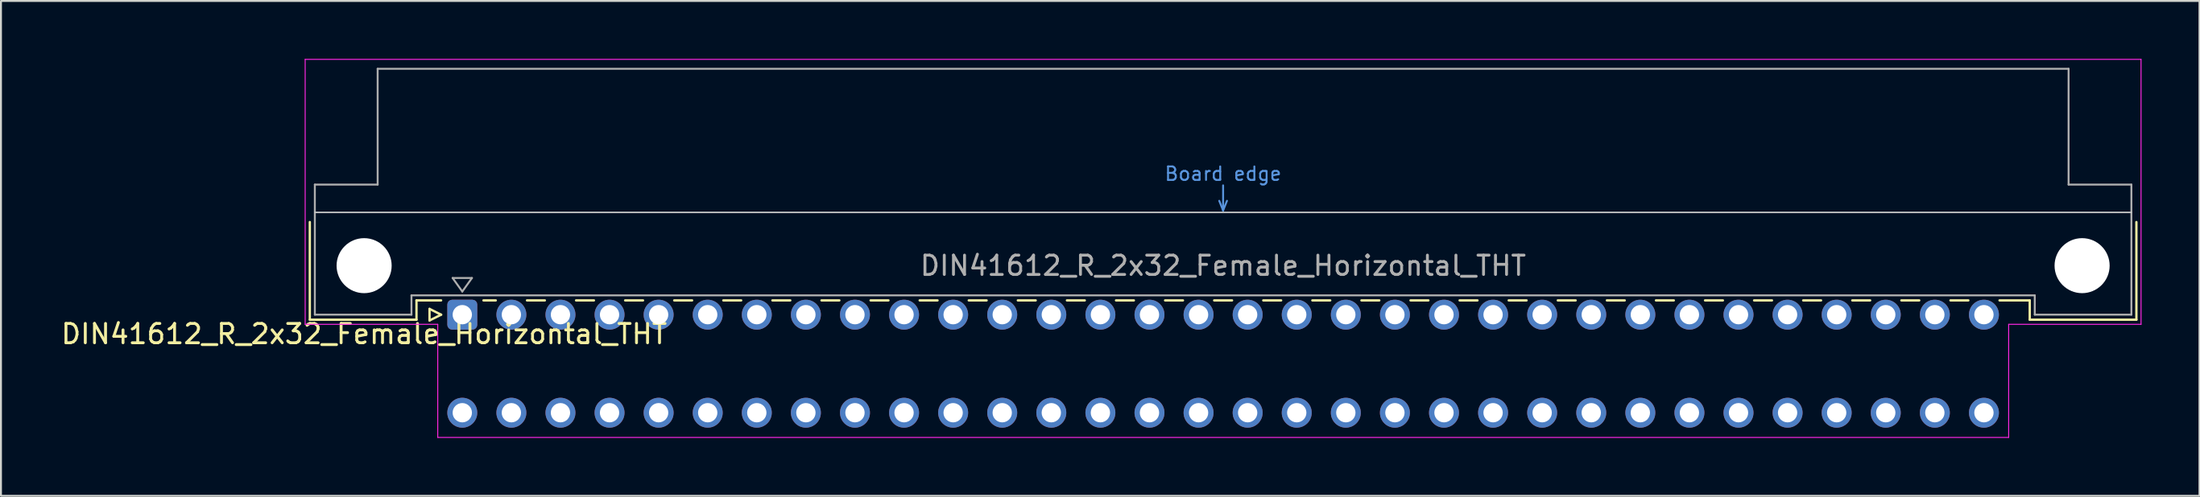
<source format=kicad_pcb>
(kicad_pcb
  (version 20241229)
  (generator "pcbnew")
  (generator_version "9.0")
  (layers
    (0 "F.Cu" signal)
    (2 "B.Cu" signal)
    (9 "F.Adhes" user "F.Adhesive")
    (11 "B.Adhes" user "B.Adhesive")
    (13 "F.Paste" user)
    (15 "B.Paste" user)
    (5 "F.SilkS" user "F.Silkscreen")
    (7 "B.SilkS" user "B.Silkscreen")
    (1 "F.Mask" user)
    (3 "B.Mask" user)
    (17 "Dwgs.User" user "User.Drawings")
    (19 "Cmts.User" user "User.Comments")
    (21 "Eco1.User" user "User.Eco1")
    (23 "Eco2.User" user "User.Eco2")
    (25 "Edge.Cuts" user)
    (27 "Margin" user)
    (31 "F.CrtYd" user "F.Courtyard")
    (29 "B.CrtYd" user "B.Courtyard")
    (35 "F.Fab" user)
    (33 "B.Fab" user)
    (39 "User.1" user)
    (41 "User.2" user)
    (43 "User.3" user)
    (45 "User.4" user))
  (footprint "DIN41612_R_2x32_Female_Horizontal_THT"
    (layer "F.Cu")
    (at 20.872 13.255)
    (property "Reference" "DIN41612_R_2x32_Female_Horizontal_THT" (at -5.08 1 0) (layer "F.SilkS") (effects (font (size 1 1) (thickness 0.15))))
    (attr through_hole)
    (fp_line (start -7.89 -4.8) (end -7.89 0.26) (stroke (width 0.12) (type solid)) (layer "F.SilkS"))
    (fp_line (start -7.89 0.26) (end -2.37 0.26) (stroke (width 0.12) (type solid)) (layer "F.SilkS"))
    (fp_line (start -2.37 -0.74) (end -1.095 -0.74) (stroke (width 0.12) (type solid)) (layer "F.SilkS"))
    (fp_line (start -2.37 0.26) (end -2.37 -0.74) (stroke (width 0.12) (type solid)) (layer "F.SilkS"))
    (fp_line (start -1.695 -0.3) (end -1.695 0.3) (stroke (width 0.12) (type solid)) (layer "F.SilkS"))
    (fp_line (start -1.695 0.3) (end -1.095 0) (stroke (width 0.12) (type solid)) (layer "F.SilkS"))
    (fp_line (start -1.095 0) (end -1.695 -0.3) (stroke (width 0.12) (type solid)) (layer "F.SilkS"))
    (fp_line (start 1.095 -0.74) (end 1.733 -0.74) (stroke (width 0.12) (type solid)) (layer "F.SilkS"))
    (fp_line (start 3.347 -0.74) (end 4.273 -0.74) (stroke (width 0.12) (type solid)) (layer "F.SilkS"))
    (fp_line (start 5.887 -0.74) (end 6.813 -0.74) (stroke (width 0.12) (type solid)) (layer "F.SilkS"))
    (fp_line (start 8.427 -0.74) (end 9.353 -0.74) (stroke (width 0.12) (type solid)) (layer "F.SilkS"))
    (fp_line (start 10.967 -0.74) (end 11.893 -0.74) (stroke (width 0.12) (type solid)) (layer "F.SilkS"))
    (fp_line (start 13.507 -0.74) (end 14.433 -0.74) (stroke (width 0.12) (type solid)) (layer "F.SilkS"))
    (fp_line (start 16.047 -0.74) (end 16.973 -0.74) (stroke (width 0.12) (type solid)) (layer "F.SilkS"))
    (fp_line (start 18.587 -0.74) (end 19.513 -0.74) (stroke (width 0.12) (type solid)) (layer "F.SilkS"))
    (fp_line (start 21.127 -0.74) (end 22.053 -0.74) (stroke (width 0.12) (type solid)) (layer "F.SilkS"))
    (fp_line (start 23.667 -0.74) (end 24.593 -0.74) (stroke (width 0.12) (type solid)) (layer "F.SilkS"))
    (fp_line (start 26.207 -0.74) (end 27.133 -0.74) (stroke (width 0.12) (type solid)) (layer "F.SilkS"))
    (fp_line (start 28.747 -0.74) (end 29.673 -0.74) (stroke (width 0.12) (type solid)) (layer "F.SilkS"))
    (fp_line (start 31.287 -0.74) (end 32.213 -0.74) (stroke (width 0.12) (type solid)) (layer "F.SilkS"))
    (fp_line (start 33.827 -0.74) (end 34.753 -0.74) (stroke (width 0.12) (type solid)) (layer "F.SilkS"))
    (fp_line (start 36.367 -0.74) (end 37.293 -0.74) (stroke (width 0.12) (type solid)) (layer "F.SilkS"))
    (fp_line (start 38.907 -0.74) (end 39.833 -0.74) (stroke (width 0.12) (type solid)) (layer "F.SilkS"))
    (fp_line (start 41.447 -0.74) (end 42.373 -0.74) (stroke (width 0.12) (type solid)) (layer "F.SilkS"))
    (fp_line (start 43.987 -0.74) (end 44.913 -0.74) (stroke (width 0.12) (type solid)) (layer "F.SilkS"))
    (fp_line (start 46.527 -0.74) (end 47.453 -0.74) (stroke (width 0.12) (type solid)) (layer "F.SilkS"))
    (fp_line (start 49.067 -0.74) (end 49.993 -0.74) (stroke (width 0.12) (type solid)) (layer "F.SilkS"))
    (fp_line (start 51.607 -0.74) (end 52.533 -0.74) (stroke (width 0.12) (type solid)) (layer "F.SilkS"))
    (fp_line (start 54.147 -0.74) (end 55.073 -0.74) (stroke (width 0.12) (type solid)) (layer "F.SilkS"))
    (fp_line (start 56.687 -0.74) (end 57.613 -0.74) (stroke (width 0.12) (type solid)) (layer "F.SilkS"))
    (fp_line (start 59.227 -0.74) (end 60.153 -0.74) (stroke (width 0.12) (type solid)) (layer "F.SilkS"))
    (fp_line (start 61.767 -0.74) (end 62.693 -0.74) (stroke (width 0.12) (type solid)) (layer "F.SilkS"))
    (fp_line (start 64.307 -0.74) (end 65.233 -0.74) (stroke (width 0.12) (type solid)) (layer "F.SilkS"))
    (fp_line (start 66.847 -0.74) (end 67.773 -0.74) (stroke (width 0.12) (type solid)) (layer "F.SilkS"))
    (fp_line (start 69.387 -0.74) (end 70.313 -0.74) (stroke (width 0.12) (type solid)) (layer "F.SilkS"))
    (fp_line (start 71.927 -0.74) (end 72.853 -0.74) (stroke (width 0.12) (type solid)) (layer "F.SilkS"))
    (fp_line (start 74.467 -0.74) (end 75.393 -0.74) (stroke (width 0.12) (type solid)) (layer "F.SilkS"))
    (fp_line (start 77.007 -0.74) (end 77.933 -0.74) (stroke (width 0.12) (type solid)) (layer "F.SilkS"))
    (fp_line (start 79.547 -0.74) (end 81.11 -0.74) (stroke (width 0.12) (type solid)) (layer "F.SilkS"))
    (fp_line (start 81.11 0.26) (end 81.11 -0.74) (stroke (width 0.12) (type solid)) (layer "F.SilkS"))
    (fp_line (start 86.63 -4.8) (end 86.63 0.26) (stroke (width 0.12) (type solid)) (layer "F.SilkS"))
    (fp_line (start 86.63 0.26) (end 81.11 0.26) (stroke (width 0.12) (type solid)) (layer "F.SilkS"))
    (fp_line (start -7.63 -5.3) (end 86.37 -5.3) (stroke (width 0.08) (type solid)) (layer "Dwgs.User"))
    (fp_line (start 39.17 -5.9) (end 39.37 -5.4) (stroke (width 0.1) (type solid)) (layer "Cmts.User"))
    (fp_line (start 39.37 -5.4) (end 39.37 -6.7) (stroke (width 0.1) (type solid)) (layer "Cmts.User"))
    (fp_line (start 39.37 -5.4) (end 39.57 -5.9) (stroke (width 0.1) (type solid)) (layer "Cmts.User"))
    (fp_line (start -8.13 -13.23) (end -8.13 0.5) (stroke (width 0.05) (type solid)) (layer "F.CrtYd"))
    (fp_line (start -8.13 0.5) (end -1.27 0.5) (stroke (width 0.05) (type solid)) (layer "F.CrtYd"))
    (fp_line (start -1.27 0.5) (end -1.27 6.36) (stroke (width 0.05) (type solid)) (layer "F.CrtYd"))
    (fp_line (start -1.27 6.36) (end 80.02 6.36) (stroke (width 0.05) (type solid)) (layer "F.CrtYd"))
    (fp_line (start 80.02 0.5) (end 86.87 0.5) (stroke (width 0.05) (type solid)) (layer "F.CrtYd"))
    (fp_line (start 80.02 6.36) (end 80.02 0.5) (stroke (width 0.05) (type solid)) (layer "F.CrtYd"))
    (fp_line (start 86.87 -13.23) (end -8.13 -13.23) (stroke (width 0.05) (type solid)) (layer "F.CrtYd"))
    (fp_line (start 86.87 0.5) (end 86.87 -13.23) (stroke (width 0.05) (type solid)) (layer "F.CrtYd"))
    (fp_line (start -7.63 -6.74) (end -7.63 0) (stroke (width 0.1) (type solid)) (layer "F.Fab"))
    (fp_line (start -7.63 0) (end -2.63 0) (stroke (width 0.1) (type solid)) (layer "F.Fab"))
    (fp_line (start -4.38 -12.74) (end -4.38 -6.74) (stroke (width 0.1) (type solid)) (layer "F.Fab"))
    (fp_line (start -4.38 -6.74) (end -7.63 -6.74) (stroke (width 0.1) (type solid)) (layer "F.Fab"))
    (fp_line (start -2.63 -1) (end 81.37 -1) (stroke (width 0.1) (type solid)) (layer "F.Fab"))
    (fp_line (start -2.63 0) (end -2.63 -1) (stroke (width 0.1) (type solid)) (layer "F.Fab"))
    (fp_line (start -0.5 -1.9) (end 0.5 -1.9) (stroke (width 0.1) (type solid)) (layer "F.Fab"))
    (fp_line (start 0 -1.2) (end -0.5 -1.9) (stroke (width 0.1) (type solid)) (layer "F.Fab"))
    (fp_line (start 0.5 -1.9) (end 0 -1.2) (stroke (width 0.1) (type solid)) (layer "F.Fab"))
    (fp_line (start 81.37 -1) (end 81.37 0) (stroke (width 0.1) (type solid)) (layer "F.Fab"))
    (fp_line (start 81.37 0) (end 86.37 0) (stroke (width 0.1) (type solid)) (layer "F.Fab"))
    (fp_line (start 83.12 -12.74) (end -4.38 -12.74) (stroke (width 0.1) (type solid)) (layer "F.Fab"))
    (fp_line (start 83.12 -6.74) (end 83.12 -12.74) (stroke (width 0.1) (type solid)) (layer "F.Fab"))
    (fp_line (start 86.37 -6.74) (end 83.12 -6.74) (stroke (width 0.1) (type solid)) (layer "F.Fab"))
    (fp_line (start 86.37 0) (end 86.37 -6.74) (stroke (width 0.1) (type solid)) (layer "F.Fab"))
    (fp_text user "Board edge" (at 39.37 -7.3 0) (layer "Cmts.User") (effects (font (size 0.7 0.7) (thickness 0.1))))
    (fp_text user "${REFERENCE}" (at 39.37 -2.54 0) (layer "F.Fab") (effects (font (size 1 1) (thickness 0.15))))
    (pad "" np_thru_hole circle (at -5.08 -2.54) (size 2.85 2.85) (drill 2.85) (layers "*.Cu" "*.Mask"))
    (pad "" np_thru_hole circle (at 83.82 -2.54) (size 2.85 2.85) (drill 2.85) (layers "*.Cu" "*.Mask"))
    (pad "a1" thru_hole roundrect (at 0 0) (size 1.55 1.55) (drill 1) (layers "*.Cu" "*.Mask") (roundrect_rratio 0.161))
    (pad "a2" thru_hole circle (at 2.54 0) (size 1.55 1.55) (drill 1) (layers "*.Cu" "*.Mask"))
    (pad "a3" thru_hole circle (at 5.08 0) (size 1.55 1.55) (drill 1) (layers "*.Cu" "*.Mask"))
    (pad "a4" thru_hole circle (at 7.62 0) (size 1.55 1.55) (drill 1) (layers "*.Cu" "*.Mask"))
    (pad "a5" thru_hole circle (at 10.16 0) (size 1.55 1.55) (drill 1) (layers "*.Cu" "*.Mask"))
    (pad "a6" thru_hole circle (at 12.7 0) (size 1.55 1.55) (drill 1) (layers "*.Cu" "*.Mask"))
    (pad "a7" thru_hole circle (at 15.24 0) (size 1.55 1.55) (drill 1) (layers "*.Cu" "*.Mask"))
    (pad "a8" thru_hole circle (at 17.78 0) (size 1.55 1.55) (drill 1) (layers "*.Cu" "*.Mask"))
    (pad "a9" thru_hole circle (at 20.32 0) (size 1.55 1.55) (drill 1) (layers "*.Cu" "*.Mask"))
    (pad "a10" thru_hole circle (at 22.86 0) (size 1.55 1.55) (drill 1) (layers "*.Cu" "*.Mask"))
    (pad "a11" thru_hole circle (at 25.4 0) (size 1.55 1.55) (drill 1) (layers "*.Cu" "*.Mask"))
    (pad "a12" thru_hole circle (at 27.94 0) (size 1.55 1.55) (drill 1) (layers "*.Cu" "*.Mask"))
    (pad "a13" thru_hole circle (at 30.48 0) (size 1.55 1.55) (drill 1) (layers "*.Cu" "*.Mask"))
    (pad "a14" thru_hole circle (at 33.02 0) (size 1.55 1.55) (drill 1) (layers "*.Cu" "*.Mask"))
    (pad "a15" thru_hole circle (at 35.56 0) (size 1.55 1.55) (drill 1) (layers "*.Cu" "*.Mask"))
    (pad "a16" thru_hole circle (at 38.1 0) (size 1.55 1.55) (drill 1) (layers "*.Cu" "*.Mask"))
    (pad "a17" thru_hole circle (at 40.64 0) (size 1.55 1.55) (drill 1) (layers "*.Cu" "*.Mask"))
    (pad "a18" thru_hole circle (at 43.18 0) (size 1.55 1.55) (drill 1) (layers "*.Cu" "*.Mask"))
    (pad "a19" thru_hole circle (at 45.72 0) (size 1.55 1.55) (drill 1) (layers "*.Cu" "*.Mask"))
    (pad "a20" thru_hole circle (at 48.26 0) (size 1.55 1.55) (drill 1) (layers "*.Cu" "*.Mask"))
    (pad "a21" thru_hole circle (at 50.8 0) (size 1.55 1.55) (drill 1) (layers "*.Cu" "*.Mask"))
    (pad "a22" thru_hole circle (at 53.34 0) (size 1.55 1.55) (drill 1) (layers "*.Cu" "*.Mask"))
    (pad "a23" thru_hole circle (at 55.88 0) (size 1.55 1.55) (drill 1) (layers "*.Cu" "*.Mask"))
    (pad "a24" thru_hole circle (at 58.42 0) (size 1.55 1.55) (drill 1) (layers "*.Cu" "*.Mask"))
    (pad "a25" thru_hole circle (at 60.96 0) (size 1.55 1.55) (drill 1) (layers "*.Cu" "*.Mask"))
    (pad "a26" thru_hole circle (at 63.5 0) (size 1.55 1.55) (drill 1) (layers "*.Cu" "*.Mask"))
    (pad "a27" thru_hole circle (at 66.04 0) (size 1.55 1.55) (drill 1) (layers "*.Cu" "*.Mask"))
    (pad "a28" thru_hole circle (at 68.58 0) (size 1.55 1.55) (drill 1) (layers "*.Cu" "*.Mask"))
    (pad "a29" thru_hole circle (at 71.12 0) (size 1.55 1.55) (drill 1) (layers "*.Cu" "*.Mask"))
    (pad "a30" thru_hole circle (at 73.66 0) (size 1.55 1.55) (drill 1) (layers "*.Cu" "*.Mask"))
    (pad "a31" thru_hole circle (at 76.2 0) (size 1.55 1.55) (drill 1) (layers "*.Cu" "*.Mask"))
    (pad "a32" thru_hole circle (at 78.74 0) (size 1.55 1.55) (drill 1) (layers "*.Cu" "*.Mask"))
    (pad "c1" thru_hole circle (at 0 5.08) (size 1.55 1.55) (drill 1) (layers "*.Cu" "*.Mask"))
    (pad "c2" thru_hole circle (at 2.54 5.08) (size 1.55 1.55) (drill 1) (layers "*.Cu" "*.Mask"))
    (pad "c3" thru_hole circle (at 5.08 5.08) (size 1.55 1.55) (drill 1) (layers "*.Cu" "*.Mask"))
    (pad "c4" thru_hole circle (at 7.62 5.08) (size 1.55 1.55) (drill 1) (layers "*.Cu" "*.Mask"))
    (pad "c5" thru_hole circle (at 10.16 5.08) (size 1.55 1.55) (drill 1) (layers "*.Cu" "*.Mask"))
    (pad "c6" thru_hole circle (at 12.7 5.08) (size 1.55 1.55) (drill 1) (layers "*.Cu" "*.Mask"))
    (pad "c7" thru_hole circle (at 15.24 5.08) (size 1.55 1.55) (drill 1) (layers "*.Cu" "*.Mask"))
    (pad "c8" thru_hole circle (at 17.78 5.08) (size 1.55 1.55) (drill 1) (layers "*.Cu" "*.Mask"))
    (pad "c9" thru_hole circle (at 20.32 5.08) (size 1.55 1.55) (drill 1) (layers "*.Cu" "*.Mask"))
    (pad "c10" thru_hole circle (at 22.86 5.08) (size 1.55 1.55) (drill 1) (layers "*.Cu" "*.Mask"))
    (pad "c11" thru_hole circle (at 25.4 5.08) (size 1.55 1.55) (drill 1) (layers "*.Cu" "*.Mask"))
    (pad "c12" thru_hole circle (at 27.94 5.08) (size 1.55 1.55) (drill 1) (layers "*.Cu" "*.Mask"))
    (pad "c13" thru_hole circle (at 30.48 5.08) (size 1.55 1.55) (drill 1) (layers "*.Cu" "*.Mask"))
    (pad "c14" thru_hole circle (at 33.02 5.08) (size 1.55 1.55) (drill 1) (layers "*.Cu" "*.Mask"))
    (pad "c15" thru_hole circle (at 35.56 5.08) (size 1.55 1.55) (drill 1) (layers "*.Cu" "*.Mask"))
    (pad "c16" thru_hole circle (at 38.1 5.08) (size 1.55 1.55) (drill 1) (layers "*.Cu" "*.Mask"))
    (pad "c17" thru_hole circle (at 40.64 5.08) (size 1.55 1.55) (drill 1) (layers "*.Cu" "*.Mask"))
    (pad "c18" thru_hole circle (at 43.18 5.08) (size 1.55 1.55) (drill 1) (layers "*.Cu" "*.Mask"))
    (pad "c19" thru_hole circle (at 45.72 5.08) (size 1.55 1.55) (drill 1) (layers "*.Cu" "*.Mask"))
    (pad "c20" thru_hole circle (at 48.26 5.08) (size 1.55 1.55) (drill 1) (layers "*.Cu" "*.Mask"))
    (pad "c21" thru_hole circle (at 50.8 5.08) (size 1.55 1.55) (drill 1) (layers "*.Cu" "*.Mask"))
    (pad "c22" thru_hole circle (at 53.34 5.08) (size 1.55 1.55) (drill 1) (layers "*.Cu" "*.Mask"))
    (pad "c23" thru_hole circle (at 55.88 5.08) (size 1.55 1.55) (drill 1) (layers "*.Cu" "*.Mask"))
    (pad "c24" thru_hole circle (at 58.42 5.08) (size 1.55 1.55) (drill 1) (layers "*.Cu" "*.Mask"))
    (pad "c25" thru_hole circle (at 60.96 5.08) (size 1.55 1.55) (drill 1) (layers "*.Cu" "*.Mask"))
    (pad "c26" thru_hole circle (at 63.5 5.08) (size 1.55 1.55) (drill 1) (layers "*.Cu" "*.Mask"))
    (pad "c27" thru_hole circle (at 66.04 5.08) (size 1.55 1.55) (drill 1) (layers "*.Cu" "*.Mask"))
    (pad "c28" thru_hole circle (at 68.58 5.08) (size 1.55 1.55) (drill 1) (layers "*.Cu" "*.Mask"))
    (pad "c29" thru_hole circle (at 71.12 5.08) (size 1.55 1.55) (drill 1) (layers "*.Cu" "*.Mask"))
    (pad "c30" thru_hole circle (at 73.66 5.08) (size 1.55 1.55) (drill 1) (layers "*.Cu" "*.Mask"))
    (pad "c31" thru_hole circle (at 76.2 5.08) (size 1.55 1.55) (drill 1) (layers "*.Cu" "*.Mask"))
    (pad "c32" thru_hole circle (at 78.74 5.08) (size 1.55 1.55) (drill 1) (layers "*.Cu" "*.Mask")))
  (gr_rect
    (start -3 -3)
    (end 110.767 22.64)
    (stroke (width 0.1) (type default))
    (fill no)
    (layer "Edge.Cuts")))
</source>
